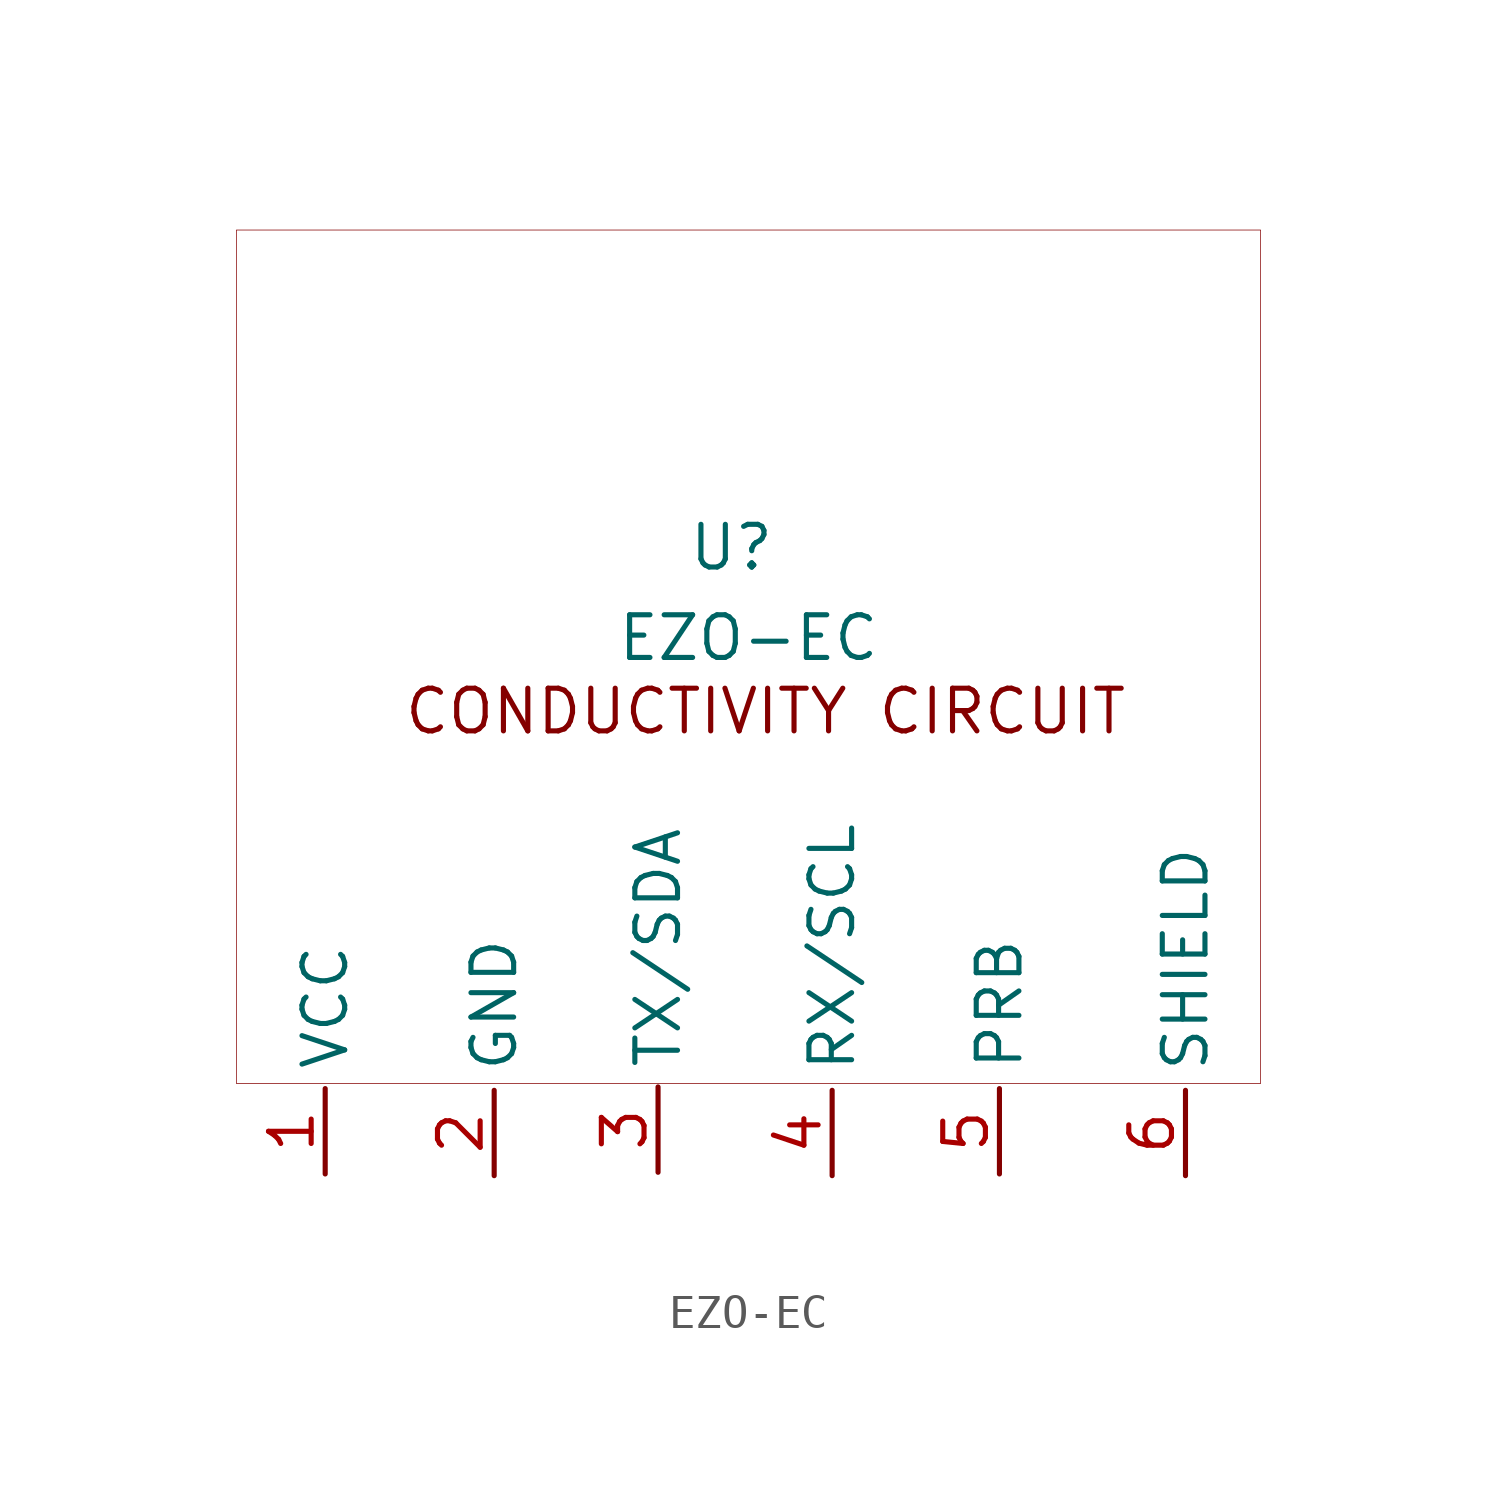
<source format=kicad_sym>
(kicad_symbol_lib
  (version 20201005)
  (generator kicad_symbol_editor)
  (symbol "EZO:EZO-EC"
    (property "Reference" "U"
      (at 14.732 -9.449 0)
      (effects (font (size 1.27 1.27))))
    (property "Value" "EZO-EC"
      (at 15.24 -12.141 0)
      (effects (font (size 1.27 1.27))))
    (symbol "EZO-EC_0_0"
      (text "CONDUCTIVITY CIRCUIT" (at 15.748 -14.326 0) (effects (font (size 1.27 1.27))))
      (pin power_in line (at 2.642 -28.092 90) (length 2.54) (name "VCC" (effects (font (size 1.27 1.27)))) (number "1" (effects (font (size 1.27 1.27)))))
      (pin power_in line (at 7.671 -28.143 90) (length 2.54) (name "GND" (effects (font (size 1.27 1.27)))) (number "2" (effects (font (size 1.27 1.27)))))
      (pin passive line (at 12.548 -28.042 90) (length 2.54) (name "TX/SDA" (effects (font (size 1.27 1.27)))) (number "3" (effects (font (size 1.27 1.27)))))
      (pin passive line (at 17.729 -28.143 90) (length 2.54) (name "RX/SCL" (effects (font (size 1.27 1.27)))) (number "4" (effects (font (size 1.27 1.27)))))
      (pin passive line (at 22.708 -28.092 90) (length 2.54) (name "PRB" (effects (font (size 1.27 1.27)))) (number "5" (effects (font (size 1.27 1.27)))))
      (pin passive line (at 28.245 -28.143 90) (length 2.54) (name "SHIELD" (effects (font (size 1.27 1.27)))) (number "6" (effects (font (size 1.27 1.27))))))
    (symbol "EZO-EC_0_1"
      (rectangle (start 0 0) (end 30.48 -25.4) (stroke (width 0.001)) (fill (type none))))))
</source>
